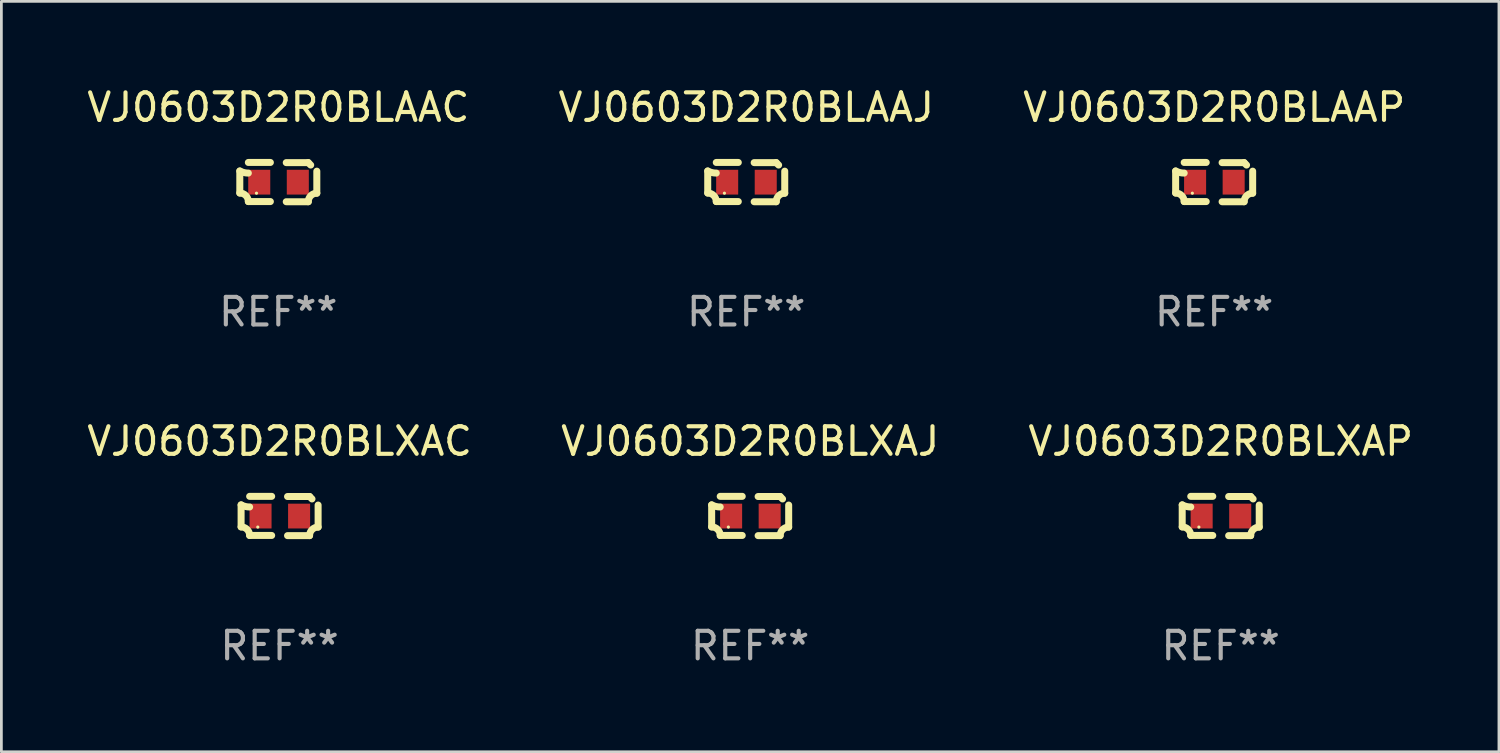
<source format=kicad_pcb>
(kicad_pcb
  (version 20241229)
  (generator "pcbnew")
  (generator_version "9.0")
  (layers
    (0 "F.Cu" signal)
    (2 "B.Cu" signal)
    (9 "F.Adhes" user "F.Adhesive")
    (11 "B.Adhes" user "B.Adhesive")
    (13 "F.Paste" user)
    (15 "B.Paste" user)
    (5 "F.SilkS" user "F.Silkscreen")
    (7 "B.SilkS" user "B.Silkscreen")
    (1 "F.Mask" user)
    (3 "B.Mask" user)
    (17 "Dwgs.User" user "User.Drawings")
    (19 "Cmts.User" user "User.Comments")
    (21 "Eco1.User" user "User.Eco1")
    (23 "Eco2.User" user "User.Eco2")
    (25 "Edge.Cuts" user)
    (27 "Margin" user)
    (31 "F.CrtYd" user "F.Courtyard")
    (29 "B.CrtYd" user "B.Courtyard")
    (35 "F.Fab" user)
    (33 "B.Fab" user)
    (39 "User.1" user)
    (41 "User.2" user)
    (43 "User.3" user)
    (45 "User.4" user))
  (footprint "VJ0603D2R0BLXAP"
    (layer "F.Cu")
    (at 41.268 15.683)
    (property "Reference" "VJ0603D2R0BLXAP" (at 0 -2.713 0) (layer "F.SilkS") (effects (font (size 1 1) (thickness 0.15))))
    (attr through_hole)
    (fp_line (start -1.398 -0.403) (end -1.398 0.397) (stroke (width 0.254) (type solid)) (layer "F.SilkS"))
    (fp_line (start -0.288 -0.713) (end -1.088 -0.713) (stroke (width 0.254) (type solid)) (layer "F.SilkS"))
    (fp_line (start -0.288 0.707) (end -1.088 0.707) (stroke (width 0.254) (type solid)) (layer "F.SilkS"))
    (fp_line (start 0.288 -0.707) (end 1.088 -0.707) (stroke (width 0.254) (type solid)) (layer "F.SilkS"))
    (fp_line (start 0.288 0.713) (end 1.088 0.713) (stroke (width 0.254) (type solid)) (layer "F.SilkS"))
    (fp_line (start 1.398 -0.397) (end 1.398 0.403) (stroke (width 0.254) (type solid)) (layer "F.SilkS"))
    (fp_arc (start -1.397789 0.397066) (mid -1.178701 0.487826) (end -1.08796 0.706922) (stroke (width 0.254001) (type solid)) (layer "F.SilkS"))
    (fp_arc (start -1.08796 -0.327176) (mid -1.247436 -0.346384) (end -1.39779 -0.402908) (stroke (width 0.254001) (type solid)) (layer "F.SilkS"))
    (fp_arc (start 1.087909 0.712738) (mid 1.178656 0.493655) (end 1.397739 0.402908) (stroke (width 0.254001) (type solid)) (layer "F.SilkS"))
    (fp_arc (start 1.175925 -0.618926) (mid 1.131917 -0.662923) (end 1.08791 -0.706922) (stroke (width 0.254001) (type solid)) (layer "F.SilkS"))
    (fp_circle (center -0.792 0.403) (end -0.762 0.403) (stroke (width 0.06) (type solid)) (fill no) (layer "F.SilkS"))
    (fp_text user "REF**" (at 0 4.713 0) (layer "F.Fab") (effects (font (size 1 1) (thickness 0.15))))
    (pad "1" smd rect (at -0.692 0.003) (size 0.8 0.9) (layers "F.Cu" "F.Mask" "F.Paste"))
    (pad "2" smd rect (at 0.708 0.003) (size 0.8 0.9) (layers "F.Cu" "F.Mask" "F.Paste")))
  (footprint "VJ0603D2R0BLAAP"
    (layer "F.Cu")
    (at 41.03 3.561)
    (property "Reference" "VJ0603D2R0BLAAP" (at 0 -2.713 0) (layer "F.SilkS") (effects (font (size 1 1) (thickness 0.15))))
    (attr through_hole)
    (fp_line (start -1.398 -0.403) (end -1.398 0.397) (stroke (width 0.254) (type solid)) (layer "F.SilkS"))
    (fp_line (start -0.288 -0.713) (end -1.088 -0.713) (stroke (width 0.254) (type solid)) (layer "F.SilkS"))
    (fp_line (start -0.288 0.707) (end -1.088 0.707) (stroke (width 0.254) (type solid)) (layer "F.SilkS"))
    (fp_line (start 0.288 -0.707) (end 1.088 -0.707) (stroke (width 0.254) (type solid)) (layer "F.SilkS"))
    (fp_line (start 0.288 0.713) (end 1.088 0.713) (stroke (width 0.254) (type solid)) (layer "F.SilkS"))
    (fp_line (start 1.398 -0.397) (end 1.398 0.403) (stroke (width 0.254) (type solid)) (layer "F.SilkS"))
    (fp_arc (start -1.397789 0.397066) (mid -1.178701 0.487826) (end -1.08796 0.706922) (stroke (width 0.254001) (type solid)) (layer "F.SilkS"))
    (fp_arc (start -1.08796 -0.327176) (mid -1.247436 -0.346384) (end -1.39779 -0.402908) (stroke (width 0.254001) (type solid)) (layer "F.SilkS"))
    (fp_arc (start 1.087909 0.712738) (mid 1.178656 0.493655) (end 1.397739 0.402908) (stroke (width 0.254001) (type solid)) (layer "F.SilkS"))
    (fp_arc (start 1.175925 -0.618926) (mid 1.131917 -0.662923) (end 1.08791 -0.706922) (stroke (width 0.254001) (type solid)) (layer "F.SilkS"))
    (fp_circle (center -0.792 0.403) (end -0.762 0.403) (stroke (width 0.06) (type solid)) (fill no) (layer "F.SilkS"))
    (fp_text user "REF**" (at 0 4.713 0) (layer "F.Fab") (effects (font (size 1 1) (thickness 0.15))))
    (pad "1" smd rect (at -0.692 0.003) (size 0.8 0.9) (layers "F.Cu" "F.Mask" "F.Paste"))
    (pad "2" smd rect (at 0.708 0.003) (size 0.8 0.9) (layers "F.Cu" "F.Mask" "F.Paste")))
  (footprint "VJ0603D2R0BLXAC"
    (layer "F.Cu")
    (at 7.101 15.683)
    (property "Reference" "VJ0603D2R0BLXAC" (at 0 -2.713 0) (layer "F.SilkS") (effects (font (size 1 1) (thickness 0.15))))
    (attr through_hole)
    (fp_line (start -1.398 -0.403) (end -1.398 0.397) (stroke (width 0.254) (type solid)) (layer "F.SilkS"))
    (fp_line (start -0.288 -0.713) (end -1.088 -0.713) (stroke (width 0.254) (type solid)) (layer "F.SilkS"))
    (fp_line (start -0.288 0.707) (end -1.088 0.707) (stroke (width 0.254) (type solid)) (layer "F.SilkS"))
    (fp_line (start 0.288 -0.707) (end 1.088 -0.707) (stroke (width 0.254) (type solid)) (layer "F.SilkS"))
    (fp_line (start 0.288 0.713) (end 1.088 0.713) (stroke (width 0.254) (type solid)) (layer "F.SilkS"))
    (fp_line (start 1.398 -0.397) (end 1.398 0.403) (stroke (width 0.254) (type solid)) (layer "F.SilkS"))
    (fp_arc (start -1.397789 0.397066) (mid -1.178701 0.487826) (end -1.08796 0.706922) (stroke (width 0.254001) (type solid)) (layer "F.SilkS"))
    (fp_arc (start -1.08796 -0.327176) (mid -1.247436 -0.346384) (end -1.39779 -0.402908) (stroke (width 0.254001) (type solid)) (layer "F.SilkS"))
    (fp_arc (start 1.087909 0.712738) (mid 1.178656 0.493655) (end 1.397739 0.402908) (stroke (width 0.254001) (type solid)) (layer "F.SilkS"))
    (fp_arc (start 1.175925 -0.618926) (mid 1.131917 -0.662923) (end 1.08791 -0.706922) (stroke (width 0.254001) (type solid)) (layer "F.SilkS"))
    (fp_circle (center -0.792 0.403) (end -0.762 0.403) (stroke (width 0.06) (type solid)) (fill no) (layer "F.SilkS"))
    (fp_text user "REF**" (at 0 4.713 0) (layer "F.Fab") (effects (font (size 1 1) (thickness 0.15))))
    (pad "1" smd rect (at -0.692 0.003) (size 0.8 0.9) (layers "F.Cu" "F.Mask" "F.Paste"))
    (pad "2" smd rect (at 0.708 0.003) (size 0.8 0.9) (layers "F.Cu" "F.Mask" "F.Paste")))
  (footprint "VJ0603D2R0BLAAJ"
    (layer "F.Cu")
    (at 24.042 3.561)
    (property "Reference" "VJ0603D2R0BLAAJ" (at 0 -2.713 0) (layer "F.SilkS") (effects (font (size 1 1) (thickness 0.15))))
    (attr through_hole)
    (fp_line (start -1.398 -0.403) (end -1.398 0.397) (stroke (width 0.254) (type solid)) (layer "F.SilkS"))
    (fp_line (start -0.288 -0.713) (end -1.088 -0.713) (stroke (width 0.254) (type solid)) (layer "F.SilkS"))
    (fp_line (start -0.288 0.707) (end -1.088 0.707) (stroke (width 0.254) (type solid)) (layer "F.SilkS"))
    (fp_line (start 0.288 -0.707) (end 1.088 -0.707) (stroke (width 0.254) (type solid)) (layer "F.SilkS"))
    (fp_line (start 0.288 0.713) (end 1.088 0.713) (stroke (width 0.254) (type solid)) (layer "F.SilkS"))
    (fp_line (start 1.398 -0.397) (end 1.398 0.403) (stroke (width 0.254) (type solid)) (layer "F.SilkS"))
    (fp_arc (start -1.397789 0.397066) (mid -1.178701 0.487826) (end -1.08796 0.706922) (stroke (width 0.254001) (type solid)) (layer "F.SilkS"))
    (fp_arc (start -1.08796 -0.327176) (mid -1.247436 -0.346384) (end -1.39779 -0.402908) (stroke (width 0.254001) (type solid)) (layer "F.SilkS"))
    (fp_arc (start 1.087909 0.712738) (mid 1.178656 0.493655) (end 1.397739 0.402908) (stroke (width 0.254001) (type solid)) (layer "F.SilkS"))
    (fp_arc (start 1.175925 -0.618926) (mid 1.131917 -0.662923) (end 1.08791 -0.706922) (stroke (width 0.254001) (type solid)) (layer "F.SilkS"))
    (fp_circle (center -0.792 0.403) (end -0.762 0.403) (stroke (width 0.06) (type solid)) (fill no) (layer "F.SilkS"))
    (fp_text user "REF**" (at 0 4.713 0) (layer "F.Fab") (effects (font (size 1 1) (thickness 0.15))))
    (pad "1" smd rect (at -0.692 0.003) (size 0.8 0.9) (layers "F.Cu" "F.Mask" "F.Paste"))
    (pad "2" smd rect (at 0.708 0.003) (size 0.8 0.9) (layers "F.Cu" "F.Mask" "F.Paste")))
  (footprint "VJ0603D2R0BLXAJ"
    (layer "F.Cu")
    (at 24.185 15.683)
    (property "Reference" "VJ0603D2R0BLXAJ" (at 0 -2.713 0) (layer "F.SilkS") (effects (font (size 1 1) (thickness 0.15))))
    (attr through_hole)
    (fp_line (start -1.398 -0.403) (end -1.398 0.397) (stroke (width 0.254) (type solid)) (layer "F.SilkS"))
    (fp_line (start -0.288 -0.713) (end -1.088 -0.713) (stroke (width 0.254) (type solid)) (layer "F.SilkS"))
    (fp_line (start -0.288 0.707) (end -1.088 0.707) (stroke (width 0.254) (type solid)) (layer "F.SilkS"))
    (fp_line (start 0.288 -0.707) (end 1.088 -0.707) (stroke (width 0.254) (type solid)) (layer "F.SilkS"))
    (fp_line (start 0.288 0.713) (end 1.088 0.713) (stroke (width 0.254) (type solid)) (layer "F.SilkS"))
    (fp_line (start 1.398 -0.397) (end 1.398 0.403) (stroke (width 0.254) (type solid)) (layer "F.SilkS"))
    (fp_arc (start -1.397789 0.397066) (mid -1.178701 0.487826) (end -1.08796 0.706922) (stroke (width 0.254001) (type solid)) (layer "F.SilkS"))
    (fp_arc (start -1.08796 -0.327176) (mid -1.247436 -0.346384) (end -1.39779 -0.402908) (stroke (width 0.254001) (type solid)) (layer "F.SilkS"))
    (fp_arc (start 1.087909 0.712738) (mid 1.178656 0.493655) (end 1.397739 0.402908) (stroke (width 0.254001) (type solid)) (layer "F.SilkS"))
    (fp_arc (start 1.175925 -0.618926) (mid 1.131917 -0.662923) (end 1.08791 -0.706922) (stroke (width 0.254001) (type solid)) (layer "F.SilkS"))
    (fp_circle (center -0.792 0.403) (end -0.762 0.403) (stroke (width 0.06) (type solid)) (fill no) (layer "F.SilkS"))
    (fp_text user "REF**" (at 0 4.713 0) (layer "F.Fab") (effects (font (size 1 1) (thickness 0.15))))
    (pad "1" smd rect (at -0.692 0.003) (size 0.8 0.9) (layers "F.Cu" "F.Mask" "F.Paste"))
    (pad "2" smd rect (at 0.708 0.003) (size 0.8 0.9) (layers "F.Cu" "F.Mask" "F.Paste")))
  (footprint "VJ0603D2R0BLAAC"
    (layer "F.Cu")
    (at 7.054 3.561)
    (property "Reference" "VJ0603D2R0BLAAC" (at 0 -2.713 0) (layer "F.SilkS") (effects (font (size 1 1) (thickness 0.15))))
    (attr through_hole)
    (fp_line (start -1.398 -0.403) (end -1.398 0.397) (stroke (width 0.254) (type solid)) (layer "F.SilkS"))
    (fp_line (start -0.288 -0.713) (end -1.088 -0.713) (stroke (width 0.254) (type solid)) (layer "F.SilkS"))
    (fp_line (start -0.288 0.707) (end -1.088 0.707) (stroke (width 0.254) (type solid)) (layer "F.SilkS"))
    (fp_line (start 0.288 -0.707) (end 1.088 -0.707) (stroke (width 0.254) (type solid)) (layer "F.SilkS"))
    (fp_line (start 0.288 0.713) (end 1.088 0.713) (stroke (width 0.254) (type solid)) (layer "F.SilkS"))
    (fp_line (start 1.398 -0.397) (end 1.398 0.403) (stroke (width 0.254) (type solid)) (layer "F.SilkS"))
    (fp_arc (start -1.397789 0.397066) (mid -1.178701 0.487826) (end -1.08796 0.706922) (stroke (width 0.254001) (type solid)) (layer "F.SilkS"))
    (fp_arc (start -1.08796 -0.327176) (mid -1.247436 -0.346384) (end -1.39779 -0.402908) (stroke (width 0.254001) (type solid)) (layer "F.SilkS"))
    (fp_arc (start 1.087909 0.712738) (mid 1.178656 0.493655) (end 1.397739 0.402908) (stroke (width 0.254001) (type solid)) (layer "F.SilkS"))
    (fp_arc (start 1.175925 -0.618926) (mid 1.131917 -0.662923) (end 1.08791 -0.706922) (stroke (width 0.254001) (type solid)) (layer "F.SilkS"))
    (fp_circle (center -0.792 0.403) (end -0.762 0.403) (stroke (width 0.06) (type solid)) (fill no) (layer "F.SilkS"))
    (fp_text user "REF**" (at 0 4.713 0) (layer "F.Fab") (effects (font (size 1 1) (thickness 0.15))))
    (pad "1" smd rect (at -0.692 0.003) (size 0.8 0.9) (layers "F.Cu" "F.Mask" "F.Paste"))
    (pad "2" smd rect (at 0.708 0.003) (size 0.8 0.9) (layers "F.Cu" "F.Mask" "F.Paste")))
  (gr_rect
    (start -3 -3)
    (end 51.369 24.244)
    (stroke (width 0.1) (type default))
    (fill no)
    (layer "Edge.Cuts")))
</source>
